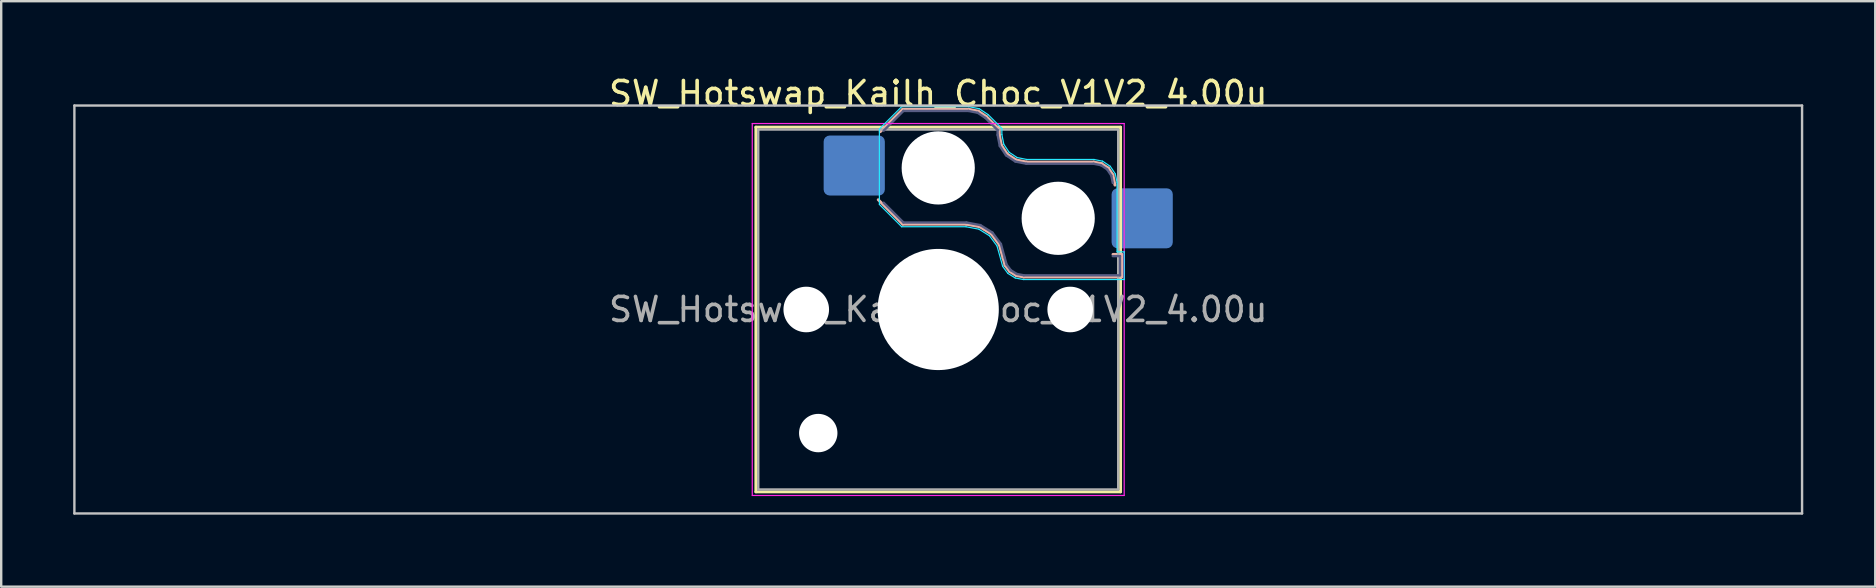
<source format=kicad_pcb>
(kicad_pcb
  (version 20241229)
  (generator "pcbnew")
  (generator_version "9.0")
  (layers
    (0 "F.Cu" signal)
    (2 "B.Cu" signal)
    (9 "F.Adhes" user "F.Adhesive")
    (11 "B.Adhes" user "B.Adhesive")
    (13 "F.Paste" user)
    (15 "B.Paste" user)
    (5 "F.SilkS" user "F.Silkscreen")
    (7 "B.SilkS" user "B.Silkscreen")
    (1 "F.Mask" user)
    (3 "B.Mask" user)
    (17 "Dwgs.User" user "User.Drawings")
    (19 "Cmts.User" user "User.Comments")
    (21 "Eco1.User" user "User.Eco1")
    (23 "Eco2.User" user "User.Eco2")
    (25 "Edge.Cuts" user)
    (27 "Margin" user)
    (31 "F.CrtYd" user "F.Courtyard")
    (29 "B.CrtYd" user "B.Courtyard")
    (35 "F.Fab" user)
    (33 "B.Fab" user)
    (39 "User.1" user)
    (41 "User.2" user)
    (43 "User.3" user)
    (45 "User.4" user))
  (footprint "SW_Hotswap_Kailh_Choc_V1V2_4.00u"
    (layer "F.Cu")
    (at 36.05 9.848)
    (property "Reference" "SW_Hotswap_Kailh_Choc_V1V2_4.00u" (at 0 -9 0) (layer "F.SilkS") (effects (font (size 1 1) (thickness 0.15))))
    (attr smd)
    (fp_line (start -7.6 -7.6) (end -7.6 7.6) (stroke (width 0.12) (type solid)) (layer "F.SilkS"))
    (fp_line (start -7.6 7.6) (end 7.6 7.6) (stroke (width 0.12) (type solid)) (layer "F.SilkS"))
    (fp_line (start 7.6 -7.6) (end -7.6 -7.6) (stroke (width 0.12) (type solid)) (layer "F.SilkS"))
    (fp_line (start 7.6 7.6) (end 7.6 -7.6) (stroke (width 0.12) (type solid)) (layer "F.SilkS"))
    (fp_line (start -2.416 -7.409) (end -1.479 -8.346) (stroke (width 0.12) (type solid)) (layer "B.SilkS"))
    (fp_line (start -1.479 -8.346) (end 1.268 -8.346) (stroke (width 0.12) (type solid)) (layer "B.SilkS"))
    (fp_line (start -1.479 -3.554) (end -2.5 -4.575) (stroke (width 0.12) (type solid)) (layer "B.SilkS"))
    (fp_line (start 1.168 -3.554) (end -1.479 -3.554) (stroke (width 0.12) (type solid)) (layer "B.SilkS"))
    (fp_line (start 1.268 -8.346) (end 1.671 -8.266) (stroke (width 0.12) (type solid)) (layer "B.SilkS"))
    (fp_line (start 1.671 -8.266) (end 2.013 -8.037) (stroke (width 0.12) (type solid)) (layer "B.SilkS"))
    (fp_line (start 1.73 -3.449) (end 1.168 -3.554) (stroke (width 0.12) (type solid)) (layer "B.SilkS"))
    (fp_line (start 2.013 -8.037) (end 2.546 -7.504) (stroke (width 0.12) (type solid)) (layer "B.SilkS"))
    (fp_line (start 2.209 -3.15) (end 1.73 -3.449) (stroke (width 0.12) (type solid)) (layer "B.SilkS"))
    (fp_line (start 2.546 -7.504) (end 2.546 -7.282) (stroke (width 0.12) (type solid)) (layer "B.SilkS"))
    (fp_line (start 2.546 -7.282) (end 2.633 -6.844) (stroke (width 0.12) (type solid)) (layer "B.SilkS"))
    (fp_line (start 2.547 -2.697) (end 2.209 -3.15) (stroke (width 0.12) (type solid)) (layer "B.SilkS"))
    (fp_line (start 2.633 -6.844) (end 2.877 -6.477) (stroke (width 0.12) (type solid)) (layer "B.SilkS"))
    (fp_line (start 2.701 -2.139) (end 2.547 -2.697) (stroke (width 0.12) (type solid)) (layer "B.SilkS"))
    (fp_line (start 2.783 -1.841) (end 2.701 -2.139) (stroke (width 0.12) (type solid)) (layer "B.SilkS"))
    (fp_line (start 2.877 -6.477) (end 3.244 -6.233) (stroke (width 0.12) (type solid)) (layer "B.SilkS"))
    (fp_line (start 2.976 -1.583) (end 2.783 -1.841) (stroke (width 0.12) (type solid)) (layer "B.SilkS"))
    (fp_line (start 3.244 -6.233) (end 3.682 -6.146) (stroke (width 0.12) (type solid)) (layer "B.SilkS"))
    (fp_line (start 3.25 -1.413) (end 2.976 -1.583) (stroke (width 0.12) (type solid)) (layer "B.SilkS"))
    (fp_line (start 3.56 -1.354) (end 3.25 -1.413) (stroke (width 0.12) (type solid)) (layer "B.SilkS"))
    (fp_line (start 3.682 -6.146) (end 6.482 -6.146) (stroke (width 0.12) (type solid)) (layer "B.SilkS"))
    (fp_line (start 6.482 -6.146) (end 6.809 -6.081) (stroke (width 0.12) (type solid)) (layer "B.SilkS"))
    (fp_line (start 6.809 -6.081) (end 7.092 -5.892) (stroke (width 0.12) (type solid)) (layer "B.SilkS"))
    (fp_line (start 7.092 -5.892) (end 7.281 -5.609) (stroke (width 0.12) (type solid)) (layer "B.SilkS"))
    (fp_line (start 7.281 -5.609) (end 7.366 -5.182) (stroke (width 0.12) (type solid)) (layer "B.SilkS"))
    (fp_line (start 7.283 -2.296) (end 7.646 -2.296) (stroke (width 0.12) (type solid)) (layer "B.SilkS"))
    (fp_line (start 7.646 -2.296) (end 7.646 -1.354) (stroke (width 0.12) (type solid)) (layer "B.SilkS"))
    (fp_line (start 7.646 -1.354) (end 3.56 -1.354) (stroke (width 0.12) (type solid)) (layer "B.SilkS"))
    (fp_line (start -36 -8.5) (end -36 8.5) (stroke (width 0.1) (type solid)) (layer "Dwgs.User"))
    (fp_line (start -36 8.5) (end 36 8.5) (stroke (width 0.1) (type solid)) (layer "Dwgs.User"))
    (fp_line (start 36 -8.5) (end -36 -8.5) (stroke (width 0.1) (type solid)) (layer "Dwgs.User"))
    (fp_line (start 36 8.5) (end 36 -8.5) (stroke (width 0.1) (type solid)) (layer "Dwgs.User"))
    (fp_line (start -7.25 -7.25) (end -7.25 7.25) (stroke (width 0.1) (type solid)) (layer "Eco1.User"))
    (fp_line (start -7.25 7.25) (end 7.25 7.25) (stroke (width 0.1) (type solid)) (layer "Eco1.User"))
    (fp_line (start 7.25 -7.25) (end -7.25 -7.25) (stroke (width 0.1) (type solid)) (layer "Eco1.User"))
    (fp_line (start 7.25 7.25) (end 7.25 -7.25) (stroke (width 0.1) (type solid)) (layer "Eco1.User"))
    (fp_line (start -2.452 -7.523) (end -1.523 -8.452) (stroke (width 0.05) (type solid)) (layer "B.CrtYd"))
    (fp_line (start -2.452 -4.377) (end -2.452 -7.523) (stroke (width 0.05) (type solid)) (layer "B.CrtYd"))
    (fp_line (start -1.523 -8.452) (end 1.278 -8.452) (stroke (width 0.05) (type solid)) (layer "B.CrtYd"))
    (fp_line (start -1.523 -3.448) (end -2.452 -4.377) (stroke (width 0.05) (type solid)) (layer "B.CrtYd"))
    (fp_line (start 1.159 -3.448) (end -1.523 -3.448) (stroke (width 0.05) (type solid)) (layer "B.CrtYd"))
    (fp_line (start 1.278 -8.452) (end 1.712 -8.366) (stroke (width 0.05) (type solid)) (layer "B.CrtYd"))
    (fp_line (start 1.691 -3.348) (end 1.159 -3.448) (stroke (width 0.05) (type solid)) (layer "B.CrtYd"))
    (fp_line (start 1.712 -8.366) (end 2.081 -8.119) (stroke (width 0.05) (type solid)) (layer "B.CrtYd"))
    (fp_line (start 2.081 -8.119) (end 2.652 -7.548) (stroke (width 0.05) (type solid)) (layer "B.CrtYd"))
    (fp_line (start 2.136 -3.071) (end 1.691 -3.348) (stroke (width 0.05) (type solid)) (layer "B.CrtYd"))
    (fp_line (start 2.45 -2.65) (end 2.136 -3.071) (stroke (width 0.05) (type solid)) (layer "B.CrtYd"))
    (fp_line (start 2.599 -2.111) (end 2.45 -2.65) (stroke (width 0.05) (type solid)) (layer "B.CrtYd"))
    (fp_line (start 2.652 -7.548) (end 2.652 -7.292) (stroke (width 0.05) (type solid)) (layer "B.CrtYd"))
    (fp_line (start 2.652 -7.292) (end 2.733 -6.885) (stroke (width 0.05) (type solid)) (layer "B.CrtYd"))
    (fp_line (start 2.687 -1.794) (end 2.599 -2.111) (stroke (width 0.05) (type solid)) (layer "B.CrtYd"))
    (fp_line (start 2.733 -6.885) (end 2.953 -6.553) (stroke (width 0.05) (type solid)) (layer "B.CrtYd"))
    (fp_line (start 2.903 -1.503) (end 2.687 -1.794) (stroke (width 0.05) (type solid)) (layer "B.CrtYd"))
    (fp_line (start 2.953 -6.553) (end 3.285 -6.333) (stroke (width 0.05) (type solid)) (layer "B.CrtYd"))
    (fp_line (start 3.211 -1.312) (end 2.903 -1.503) (stroke (width 0.05) (type solid)) (layer "B.CrtYd"))
    (fp_line (start 3.285 -6.333) (end 3.692 -6.252) (stroke (width 0.05) (type solid)) (layer "B.CrtYd"))
    (fp_line (start 3.55 -1.248) (end 3.211 -1.312) (stroke (width 0.05) (type solid)) (layer "B.CrtYd"))
    (fp_line (start 3.692 -6.252) (end 6.492 -6.252) (stroke (width 0.05) (type solid)) (layer "B.CrtYd"))
    (fp_line (start 6.492 -6.252) (end 6.85 -6.181) (stroke (width 0.05) (type solid)) (layer "B.CrtYd"))
    (fp_line (start 6.85 -6.181) (end 7.168 -5.968) (stroke (width 0.05) (type solid)) (layer "B.CrtYd"))
    (fp_line (start 7.168 -5.968) (end 7.381 -5.65) (stroke (width 0.05) (type solid)) (layer "B.CrtYd"))
    (fp_line (start 7.381 -5.65) (end 7.452 -5.292) (stroke (width 0.05) (type solid)) (layer "B.CrtYd"))
    (fp_line (start 7.452 -5.292) (end 7.452 -2.402) (stroke (width 0.05) (type solid)) (layer "B.CrtYd"))
    (fp_line (start 7.452 -2.402) (end 7.752 -2.402) (stroke (width 0.05) (type solid)) (layer "B.CrtYd"))
    (fp_line (start 7.752 -2.402) (end 7.752 -1.248) (stroke (width 0.05) (type solid)) (layer "B.CrtYd"))
    (fp_line (start 7.752 -1.248) (end 3.55 -1.248) (stroke (width 0.05) (type solid)) (layer "B.CrtYd"))
    (fp_line (start -7.75 -7.75) (end -7.75 7.75) (stroke (width 0.05) (type solid)) (layer "F.CrtYd"))
    (fp_line (start -7.75 7.75) (end 7.75 7.75) (stroke (width 0.05) (type solid)) (layer "F.CrtYd"))
    (fp_line (start 7.75 -7.75) (end -7.75 -7.75) (stroke (width 0.05) (type solid)) (layer "F.CrtYd"))
    (fp_line (start 7.75 7.75) (end 7.75 -7.75) (stroke (width 0.05) (type solid)) (layer "F.CrtYd"))
    (fp_line (start -2.275 -7.45) (end -1.45 -8.275) (stroke (width 0.1) (type solid)) (layer "B.Fab"))
    (fp_line (start -1.45 -8.275) (end 1.261 -8.275) (stroke (width 0.1) (type solid)) (layer "B.Fab"))
    (fp_line (start -1.45 -3.625) (end -2.275 -4.45) (stroke (width 0.1) (type solid)) (layer "B.Fab"))
    (fp_line (start 1.175 -3.625) (end -1.45 -3.625) (stroke (width 0.1) (type solid)) (layer "B.Fab"))
    (fp_line (start 1.261 -8.275) (end 1.643 -8.199) (stroke (width 0.1) (type solid)) (layer "B.Fab"))
    (fp_line (start 1.643 -8.199) (end 1.968 -7.982) (stroke (width 0.1) (type solid)) (layer "B.Fab"))
    (fp_line (start 1.756 -3.516) (end 1.175 -3.625) (stroke (width 0.1) (type solid)) (layer "B.Fab"))
    (fp_line (start 1.968 -7.982) (end 2.475 -7.475) (stroke (width 0.1) (type solid)) (layer "B.Fab"))
    (fp_line (start 2.258 -3.203) (end 1.756 -3.516) (stroke (width 0.1) (type solid)) (layer "B.Fab"))
    (fp_line (start 2.475 -7.475) (end 2.475 -7.275) (stroke (width 0.1) (type solid)) (layer "B.Fab"))
    (fp_line (start 2.475 -7.275) (end 2.566 -6.816) (stroke (width 0.1) (type solid)) (layer "B.Fab"))
    (fp_line (start 2.566 -6.816) (end 2.826 -6.426) (stroke (width 0.1) (type solid)) (layer "B.Fab"))
    (fp_line (start 2.612 -2.729) (end 2.258 -3.203) (stroke (width 0.1) (type solid)) (layer "B.Fab"))
    (fp_line (start 2.769 -2.158) (end 2.612 -2.729) (stroke (width 0.1) (type solid)) (layer "B.Fab"))
    (fp_line (start 2.826 -6.426) (end 3.216 -6.166) (stroke (width 0.1) (type solid)) (layer "B.Fab"))
    (fp_line (start 2.848 -1.873) (end 2.769 -2.158) (stroke (width 0.1) (type solid)) (layer "B.Fab"))
    (fp_line (start 3.025 -1.636) (end 2.848 -1.873) (stroke (width 0.1) (type solid)) (layer "B.Fab"))
    (fp_line (start 3.216 -6.166) (end 3.675 -6.075) (stroke (width 0.1) (type solid)) (layer "B.Fab"))
    (fp_line (start 3.276 -1.48) (end 3.025 -1.636) (stroke (width 0.1) (type solid)) (layer "B.Fab"))
    (fp_line (start 3.567 -1.425) (end 3.276 -1.48) (stroke (width 0.1) (type solid)) (layer "B.Fab"))
    (fp_line (start 3.675 -6.075) (end 6.475 -6.075) (stroke (width 0.1) (type solid)) (layer "B.Fab"))
    (fp_line (start 6.475 -6.075) (end 6.781 -6.014) (stroke (width 0.1) (type solid)) (layer "B.Fab"))
    (fp_line (start 6.781 -6.014) (end 7.041 -5.841) (stroke (width 0.1) (type solid)) (layer "B.Fab"))
    (fp_line (start 7.041 -5.841) (end 7.214 -5.581) (stroke (width 0.1) (type solid)) (layer "B.Fab"))
    (fp_line (start 7.214 -5.581) (end 7.275 -5.275) (stroke (width 0.1) (type solid)) (layer "B.Fab"))
    (fp_line (start 7.275 -2.225) (end 7.575 -2.225) (stroke (width 0.1) (type solid)) (layer "B.Fab"))
    (fp_line (start 7.575 -2.225) (end 7.575 -1.425) (stroke (width 0.1) (type solid)) (layer "B.Fab"))
    (fp_line (start 7.575 -1.425) (end 3.567 -1.425) (stroke (width 0.1) (type solid)) (layer "B.Fab"))
    (fp_line (start -7.5 -7.5) (end -7.5 7.5) (stroke (width 0.1) (type solid)) (layer "F.Fab"))
    (fp_line (start -7.5 7.5) (end 7.5 7.5) (stroke (width 0.1) (type solid)) (layer "F.Fab"))
    (fp_line (start 7.5 -7.5) (end -7.5 -7.5) (stroke (width 0.1) (type solid)) (layer "F.Fab"))
    (fp_line (start 7.5 7.5) (end 7.5 -7.5) (stroke (width 0.1) (type solid)) (layer "F.Fab"))
    (fp_text user "${REFERENCE}" (at 0 0 0) (layer "F.Fab") (effects (font (size 1 1) (thickness 0.15))))
    (pad "" np_thru_hole circle (at -5.5 0) (size 1.9 1.9) (drill 1.9) (layers "*.Cu" "*.Mask"))
    (pad "" np_thru_hole circle (at -5 5.15) (size 1.6 1.6) (drill 1.6) (layers "*.Cu" "*.Mask"))
    (pad "" np_thru_hole circle (at 0 -5.9) (size 3.05 3.05) (drill 3.05) (layers "*.Cu" "*.Mask"))
    (pad "" np_thru_hole circle (at 0 0) (size 5.05 5.05) (drill 5.05) (layers "*.Cu" "*.Mask"))
    (pad "" np_thru_hole circle (at 5 -3.8) (size 3.05 3.05) (drill 3.05) (layers "*.Cu" "*.Mask"))
    (pad "" np_thru_hole circle (at 5.5 0) (size 1.9 1.9) (drill 1.9) (layers "*.Cu" "*.Mask"))
    (pad "1" smd roundrect (at -3.5 -6) (size 2.55 2.5) (layers "B.Cu" "B.Mask" "B.Paste") (roundrect_rratio 0.1))
    (pad "2" smd roundrect (at 8.5 -3.8) (size 2.55 2.5) (layers "B.Cu" "B.Mask" "B.Paste") (roundrect_rratio 0.1)))
  (gr_rect
    (start -3 -3)
    (end 75.1 21.398)
    (stroke (width 0.1) (type default))
    (fill no)
    (layer "Edge.Cuts")))
</source>
